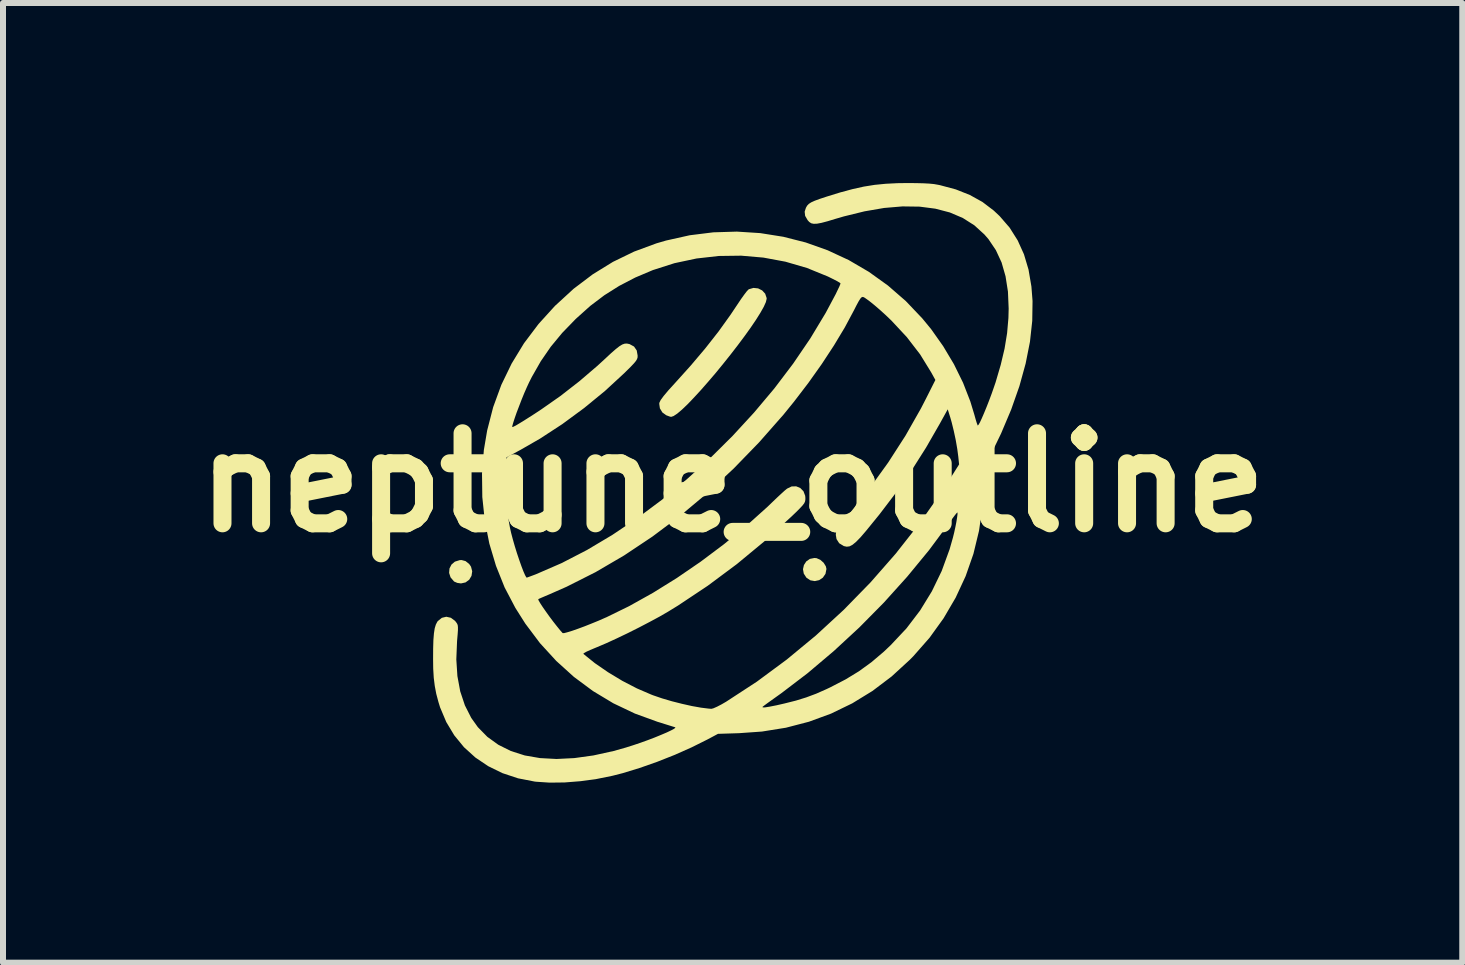
<source format=kicad_pcb>
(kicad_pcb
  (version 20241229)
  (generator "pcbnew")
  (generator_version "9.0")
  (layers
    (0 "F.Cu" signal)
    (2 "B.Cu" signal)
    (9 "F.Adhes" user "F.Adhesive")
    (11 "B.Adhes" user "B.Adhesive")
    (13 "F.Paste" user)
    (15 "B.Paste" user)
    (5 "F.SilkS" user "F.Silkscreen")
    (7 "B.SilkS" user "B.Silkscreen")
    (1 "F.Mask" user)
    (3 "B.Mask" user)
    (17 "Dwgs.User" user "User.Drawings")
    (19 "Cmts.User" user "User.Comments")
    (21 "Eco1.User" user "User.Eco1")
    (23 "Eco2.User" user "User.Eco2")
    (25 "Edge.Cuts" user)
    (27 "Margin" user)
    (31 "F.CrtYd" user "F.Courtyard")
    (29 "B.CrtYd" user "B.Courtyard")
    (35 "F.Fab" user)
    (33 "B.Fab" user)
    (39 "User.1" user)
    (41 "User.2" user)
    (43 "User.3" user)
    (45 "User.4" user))
  (footprint "neptune_outline"
    (layer "F.Cu")
    (at 9.157 4.991)
    (property "Reference" "neptune_outline" (at 0 0 0) (layer "F.SilkS") (effects (font (size 1.5 1.5) (thickness 0.3))))
    (attr board_only exclude_from_pos_files exclude_from_bom)
    (fp_poly (pts (xy 1.398 1.259) (xy 1.46 1.286) (xy 1.516 1.335) (xy 1.553 1.395) (xy 1.563 1.439) (xy 1.547 1.52) (xy 1.503 1.584) (xy 1.442 1.625) (xy 1.369 1.641) (xy 1.295 1.628) (xy 1.229 1.584) (xy 1.185 1.516) (xy 1.172 1.443) (xy 1.188 1.373) (xy 1.227 1.313) (xy 1.287 1.271) (xy 1.362 1.256)) (stroke (width 0) (type solid)) (fill yes) (layer "F.SilkS"))
    (fp_poly (pts (xy -4.45 1.308) (xy -4.389 1.357) (xy -4.359 1.401) (xy -4.339 1.478) (xy -4.351 1.554) (xy -4.389 1.618) (xy -4.45 1.663) (xy -4.526 1.68) (xy -4.588 1.671) (xy -4.639 1.649) (xy -4.643 1.646) (xy -4.7 1.579) (xy -4.724 1.505) (xy -4.718 1.431) (xy -4.685 1.366) (xy -4.628 1.317) (xy -4.548 1.292) (xy -4.517 1.29)) (stroke (width 0) (type solid)) (fill yes) (layer "F.SilkS"))
    (fp_poly (pts (xy 0.424 -3.236) (xy 0.492 -3.202) (xy 0.542 -3.148) (xy 0.566 -3.077) (xy 0.567 -3.063) (xy 0.554 -3.008) (xy 0.518 -2.928) (xy 0.462 -2.829) (xy 0.388 -2.711) (xy 0.299 -2.58) (xy 0.197 -2.438) (xy 0.085 -2.288) (xy -0.034 -2.134) (xy -0.157 -1.98) (xy -0.282 -1.827) (xy -0.407 -1.681) (xy -0.527 -1.544) (xy -0.642 -1.419) (xy -0.747 -1.309) (xy -0.841 -1.219) (xy -0.921 -1.151) (xy -0.984 -1.109) (xy -1.026 -1.095) (xy -1.056 -1.103) (xy -1.103 -1.121) (xy -1.108 -1.123) (xy -1.171 -1.169) (xy -1.212 -1.237) (xy -1.223 -1.313) (xy -1.22 -1.333) (xy -1.199 -1.376) (xy -1.149 -1.444) (xy -1.071 -1.537) (xy -0.969 -1.649) (xy -0.699 -1.949) (xy -0.457 -2.235) (xy -0.237 -2.515) (xy -0.036 -2.795) (xy 0.083 -2.973) (xy 0.14 -3.058) (xy 0.193 -3.132) (xy 0.236 -3.188) (xy 0.266 -3.219) (xy 0.271 -3.222) (xy 0.347 -3.244)) (stroke (width 0) (type solid)) (fill yes) (layer "F.SilkS"))
    (fp_poly (pts (xy 3.055 -4.99) (xy 3.176 -4.987) (xy 3.274 -4.982) (xy 3.356 -4.974) (xy 3.429 -4.961) (xy 3.454 -4.956) (xy 3.719 -4.885) (xy 3.953 -4.792) (xy 4.162 -4.676) (xy 4.35 -4.533) (xy 4.449 -4.44) (xy 4.615 -4.248) (xy 4.749 -4.036) (xy 4.854 -3.804) (xy 4.93 -3.549) (xy 4.978 -3.268) (xy 4.997 -3.026) (xy 4.992 -2.695) (xy 4.954 -2.347) (xy 4.882 -1.984) (xy 4.778 -1.607) (xy 4.641 -1.217) (xy 4.472 -0.817) (xy 4.324 -0.511) (xy 4.181 -0.229) (xy 4.181 0.003) (xy 4.162 0.407) (xy 4.105 0.803) (xy 4.012 1.187) (xy 3.882 1.559) (xy 3.716 1.917) (xy 3.515 2.26) (xy 3.281 2.585) (xy 3.012 2.891) (xy 2.952 2.952) (xy 2.649 3.23) (xy 2.329 3.472) (xy 1.993 3.678) (xy 1.64 3.849) (xy 1.272 3.984) (xy 0.888 4.084) (xy 0.488 4.148) (xy 0.107 4.175) (xy -0.244 4.186) (xy -0.42 4.28) (xy -0.681 4.41) (xy -0.964 4.536) (xy -1.257 4.652) (xy -1.55 4.755) (xy -1.831 4.841) (xy -1.999 4.884) (xy -2.265 4.938) (xy -2.534 4.975) (xy -2.799 4.996) (xy -3.049 4.999) (xy -3.274 4.984) (xy -3.299 4.981) (xy -3.576 4.927) (xy -3.835 4.841) (xy -4.072 4.725) (xy -4.286 4.581) (xy -4.476 4.409) (xy -4.638 4.211) (xy -4.771 3.99) (xy -4.874 3.746) (xy -4.901 3.659) (xy -4.938 3.52) (xy -4.963 3.388) (xy -4.98 3.252) (xy -4.989 3.099) (xy -4.991 2.941) (xy -4.99 2.765) (xy -4.986 2.624) (xy -4.977 2.513) (xy -4.964 2.428) (xy -4.945 2.365) (xy -4.921 2.319) (xy -4.912 2.307) (xy -4.845 2.253) (xy -4.771 2.235) (xy -4.695 2.252) (xy -4.626 2.303) (xy -4.606 2.328) (xy -4.591 2.35) (xy -4.581 2.374) (xy -4.577 2.408) (xy -4.577 2.457) (xy -4.582 2.529) (xy -4.591 2.633) (xy -4.592 2.65) (xy -4.604 2.946) (xy -4.586 3.223) (xy -4.539 3.478) (xy -4.461 3.712) (xy -4.355 3.921) (xy -4.245 4.075) (xy -4.087 4.236) (xy -3.904 4.368) (xy -3.696 4.472) (xy -3.464 4.546) (xy -3.21 4.59) (xy -2.934 4.605) (xy -2.637 4.59) (xy -2.32 4.546) (xy -1.983 4.472) (xy -1.778 4.414) (xy -1.661 4.377) (xy -1.539 4.336) (xy -1.417 4.292) (xy -1.299 4.247) (xy -1.192 4.203) (xy -1.098 4.163) (xy -1.024 4.128) (xy -0.974 4.101) (xy -0.954 4.083) (xy -0.957 4.077) (xy -0.986 4.068) (xy -1.044 4.05) (xy -1.124 4.025) (xy -1.219 3.995) (xy -1.25 3.986) (xy -1.629 3.848) (xy -1.988 3.677) (xy -2.327 3.473) (xy -2.645 3.237) (xy -2.939 2.971) (xy -3.21 2.675) (xy -3.454 2.35) (xy -3.62 2.088) (xy -3.696 1.943) (xy -3.239 1.943) (xy -3.233 1.963) (xy -3.207 2.008) (xy -3.166 2.071) (xy -3.113 2.147) (xy -3.053 2.231) (xy -2.99 2.315) (xy -2.928 2.394) (xy -2.872 2.463) (xy -2.833 2.507) (xy -2.809 2.508) (xy -2.755 2.494) (xy -2.676 2.47) (xy -2.579 2.436) (xy -2.468 2.395) (xy -2.35 2.348) (xy -2.23 2.299) (xy -2.114 2.248) (xy -2.11 2.247) (xy -1.724 2.058) (xy -1.328 1.837) (xy -0.929 1.589) (xy -0.532 1.317) (xy -0.144 1.026) (xy 0.228 0.72) (xy 0.581 0.403) (xy 0.664 0.323) (xy 0.739 0.251) (xy 0.809 0.186) (xy 0.866 0.134) (xy 0.904 0.103) (xy 0.906 0.101) (xy 0.982 0.064) (xy 1.059 0.062) (xy 1.127 0.09) (xy 1.18 0.144) (xy 1.209 0.22) (xy 1.212 0.257) (xy 1.211 0.29) (xy 1.205 0.318) (xy 1.191 0.347) (xy 1.163 0.383) (xy 1.119 0.43) (xy 1.054 0.495) (xy 0.982 0.564) (xy 0.538 0.971) (xy 0.07 1.358) (xy -0.415 1.719) (xy -0.909 2.048) (xy -1.075 2.15) (xy -1.215 2.231) (xy -1.38 2.32) (xy -1.56 2.414) (xy -1.747 2.508) (xy -1.931 2.596) (xy -2.103 2.675) (xy -2.253 2.739) (xy -2.292 2.755) (xy -2.373 2.789) (xy -2.437 2.818) (xy -2.477 2.841) (xy -2.488 2.853) (xy -2.296 3.008) (xy -2.075 3.16) (xy -1.838 3.303) (xy -1.595 3.429) (xy -1.356 3.532) (xy -1.325 3.544) (xy -1.176 3.595) (xy -1.013 3.643) (xy -0.843 3.686) (xy -0.678 3.723) (xy -0.526 3.75) (xy -0.397 3.766) (xy -0.353 3.769) (xy -0.319 3.76) (xy -0.265 3.736) (xy 0.498 3.736) (xy 0.501 3.746) (xy 0.541 3.745) (xy 0.617 3.733) (xy 0.729 3.711) (xy 0.86 3.681) (xy 1.055 3.632) (xy 1.226 3.579) (xy 1.392 3.517) (xy 1.566 3.44) (xy 1.631 3.409) (xy 1.882 3.279) (xy 2.105 3.143) (xy 2.313 2.992) (xy 2.518 2.818) (xy 2.635 2.707) (xy 2.897 2.428) (xy 3.124 2.13) (xy 3.319 1.812) (xy 3.483 1.473) (xy 3.615 1.111) (xy 3.67 0.918) (xy 3.691 0.833) (xy 3.711 0.742) (xy 3.728 0.655) (xy 3.74 0.579) (xy 3.747 0.524) (xy 3.746 0.497) (xy 3.746 0.496) (xy 3.732 0.508) (xy 3.701 0.546) (xy 3.657 0.605) (xy 3.605 0.678) (xy 3.604 0.679) (xy 3.272 1.126) (xy 2.909 1.567) (xy 2.52 1.999) (xy 2.11 2.414) (xy 1.685 2.807) (xy 1.251 3.174) (xy 0.813 3.508) (xy 0.733 3.565) (xy 0.652 3.623) (xy 0.582 3.673) (xy 0.529 3.712) (xy 0.501 3.734) (xy 0.498 3.736) (xy -0.265 3.736) (xy -0.26 3.734) (xy -0.185 3.695) (xy -0.109 3.651) (xy 0.403 3.317) (xy 0.902 2.948) (xy 1.386 2.548) (xy 1.852 2.119) (xy 2.297 1.663) (xy 2.716 1.185) (xy 3.108 0.687) (xy 3.47 0.173) (xy 3.591 -0.015) (xy 3.773 -0.303) (xy 3.76 -0.43) (xy 3.743 -0.559) (xy 3.717 -0.71) (xy 3.684 -0.864) (xy 3.649 -1.006) (xy 3.628 -1.08) (xy 3.584 -1.221) (xy 3.45 -0.979) (xy 3.223 -0.584) (xy 2.984 -0.207) (xy 2.727 0.161) (xy 2.446 0.53) (xy 2.223 0.804) (xy 2.132 0.91) (xy 2.059 0.985) (xy 1.999 1.035) (xy 1.948 1.062) (xy 1.901 1.068) (xy 1.854 1.058) (xy 1.851 1.057) (xy 1.775 1.01) (xy 1.731 0.941) (xy 1.719 0.87) (xy 1.722 0.836) (xy 1.73 0.804) (xy 1.75 0.766) (xy 1.784 0.718) (xy 1.836 0.652) (xy 1.907 0.566) (xy 2.268 0.114) (xy 2.592 -0.335) (xy 2.881 -0.784) (xy 3.137 -1.235) (xy 3.223 -1.402) (xy 3.378 -1.71) (xy 3.308 -1.837) (xy 3.124 -2.136) (xy 2.903 -2.423) (xy 2.645 -2.7) (xy 2.645 -2.7) (xy 2.551 -2.79) (xy 2.454 -2.878) (xy 2.362 -2.957) (xy 2.28 -3.023) (xy 2.215 -3.07) (xy 2.189 -3.087) (xy 2.169 -3.094) (xy 2.15 -3.089) (xy 2.129 -3.067) (xy 2.101 -3.023) (xy 2.063 -2.953) (xy 2.022 -2.872) (xy 1.869 -2.586) (xy 1.688 -2.285) (xy 1.484 -1.974) (xy 1.261 -1.66) (xy 1.023 -1.349) (xy 0.848 -1.133) (xy 0.441 -0.671) (xy 0.017 -0.234) (xy -0.421 0.174) (xy -0.873 0.552) (xy -1.336 0.899) (xy -1.807 1.213) (xy -2.284 1.492) (xy -2.766 1.735) (xy -3.047 1.859) (xy -3.125 1.892) (xy -3.188 1.919) (xy -3.229 1.937) (xy -3.239 1.943) (xy -3.696 1.943) (xy -3.799 1.747) (xy -3.943 1.387) (xy -4.054 1.015) (xy -4.13 0.631) (xy -4.171 0.241) (xy -4.174 -0.007) (xy -3.786 -0.007) (xy -3.778 0.205) (xy -3.759 0.425) (xy -3.73 0.639) (xy -3.711 0.748) (xy -3.69 0.841) (xy -3.662 0.947) (xy -3.629 1.062) (xy -3.593 1.178) (xy -3.555 1.291) (xy -3.519 1.393) (xy -3.486 1.479) (xy -3.458 1.543) (xy -3.438 1.578) (xy -3.43 1.583) (xy -3.409 1.576) (xy -3.36 1.558) (xy -3.293 1.533) (xy -3.268 1.523) (xy -2.849 1.341) (xy -2.427 1.123) (xy -2.005 0.872) (xy -1.587 0.591) (xy -1.174 0.283) (xy -0.77 -0.05) (xy -0.378 -0.404) (xy -0.001 -0.778) (xy 0.357 -1.167) (xy 0.695 -1.569) (xy 1.008 -1.982) (xy 1.294 -2.402) (xy 1.55 -2.827) (xy 1.717 -3.14) (xy 1.752 -3.213) (xy 1.78 -3.272) (xy 1.795 -3.31) (xy 1.798 -3.318) (xy 1.781 -3.333) (xy 1.736 -3.359) (xy 1.668 -3.394) (xy 1.587 -3.434) (xy 1.239 -3.576) (xy 0.879 -3.681) (xy 0.513 -3.749) (xy 0.142 -3.781) (xy -0.231 -3.776) (xy -0.602 -3.734) (xy -0.969 -3.656) (xy -1.329 -3.541) (xy -1.622 -3.417) (xy -1.891 -3.277) (xy -2.137 -3.122) (xy -2.371 -2.945) (xy -2.602 -2.738) (xy -2.62 -2.721) (xy -2.84 -2.494) (xy -3.03 -2.264) (xy -3.196 -2.023) (xy -3.346 -1.76) (xy -3.391 -1.671) (xy -3.429 -1.589) (xy -3.472 -1.491) (xy -3.516 -1.383) (xy -3.559 -1.271) (xy -3.6 -1.164) (xy -3.633 -1.069) (xy -3.658 -0.991) (xy -3.672 -0.94) (xy -3.673 -0.927) (xy -3.657 -0.929) (xy -3.611 -0.952) (xy -3.536 -0.997) (xy -3.433 -1.061) (xy -3.303 -1.144) (xy -3.185 -1.222) (xy -2.871 -1.442) (xy -2.556 -1.687) (xy -2.253 -1.946) (xy -2.131 -2.058) (xy -2.029 -2.153) (xy -1.949 -2.223) (xy -1.888 -2.271) (xy -1.839 -2.301) (xy -1.799 -2.315) (xy -1.762 -2.317) (xy -1.723 -2.309) (xy -1.718 -2.308) (xy -1.643 -2.267) (xy -1.598 -2.202) (xy -1.583 -2.116) (xy -1.584 -2.086) (xy -1.593 -2.058) (xy -1.612 -2.026) (xy -1.646 -1.985) (xy -1.699 -1.929) (xy -1.775 -1.854) (xy -1.802 -1.827) (xy -2.126 -1.528) (xy -2.475 -1.242) (xy -2.839 -0.974) (xy -3.21 -0.732) (xy -3.532 -0.547) (xy -3.768 -0.42) (xy -3.782 -0.195) (xy -3.786 -0.007) (xy -4.174 -0.007) (xy -4.176 -0.152) (xy -4.145 -0.544) (xy -4.09 -0.869) (xy -3.99 -1.257) (xy -3.854 -1.629) (xy -3.682 -1.984) (xy -3.476 -2.322) (xy -3.234 -2.643) (xy -2.958 -2.947) (xy -2.952 -2.952) (xy -2.649 -3.23) (xy -2.33 -3.471) (xy -1.994 -3.678) (xy -1.642 -3.849) (xy -1.271 -3.986) (xy -1.11 -4.033) (xy -0.716 -4.121) (xy -0.322 -4.17) (xy 0.071 -4.182) (xy 0.46 -4.157) (xy 0.844 -4.096) (xy 1.218 -4.001) (xy 1.583 -3.871) (xy 1.934 -3.708) (xy 2.269 -3.512) (xy 2.587 -3.284) (xy 2.885 -3.025) (xy 3.16 -2.736) (xy 3.308 -2.556) (xy 3.508 -2.273) (xy 3.687 -1.973) (xy 3.839 -1.664) (xy 3.96 -1.353) (xy 4.027 -1.133) (xy 4.048 -1.057) (xy 4.067 -0.995) (xy 4.081 -0.957) (xy 4.084 -0.951) (xy 4.096 -0.962) (xy 4.12 -1.003) (xy 4.151 -1.07) (xy 4.189 -1.158) (xy 4.231 -1.26) (xy 4.274 -1.37) (xy 4.317 -1.485) (xy 4.356 -1.597) (xy 4.381 -1.67) (xy 4.467 -1.963) (xy 4.531 -2.233) (xy 4.573 -2.49) (xy 4.595 -2.743) (xy 4.599 -2.901) (xy 4.587 -3.183) (xy 4.547 -3.438) (xy 4.481 -3.668) (xy 4.386 -3.873) (xy 4.262 -4.057) (xy 4.194 -4.135) (xy 4.027 -4.287) (xy 3.835 -4.409) (xy 3.619 -4.501) (xy 3.378 -4.564) (xy 3.115 -4.598) (xy 2.83 -4.602) (xy 2.524 -4.576) (xy 2.198 -4.52) (xy 1.852 -4.435) (xy 1.715 -4.395) (xy 1.583 -4.355) (xy 1.481 -4.328) (xy 1.406 -4.314) (xy 1.35 -4.312) (xy 1.309 -4.321) (xy 1.276 -4.343) (xy 1.25 -4.372) (xy 1.208 -4.444) (xy 1.2 -4.514) (xy 1.221 -4.579) (xy 1.241 -4.614) (xy 1.268 -4.643) (xy 1.308 -4.669) (xy 1.367 -4.696) (xy 1.451 -4.727) (xy 1.563 -4.764) (xy 1.793 -4.835) (xy 1.997 -4.89) (xy 2.186 -4.932) (xy 2.367 -4.961) (xy 2.55 -4.979) (xy 2.746 -4.989) (xy 2.901 -4.991)) (stroke (width 0) (type solid)) (fill yes) (layer "F.SilkS")))
  (gr_rect
    (start -3 -3)
    (end 21.314 12.99)
    (stroke (width 0.1) (type default))
    (fill no)
    (layer "Edge.Cuts")))
</source>
